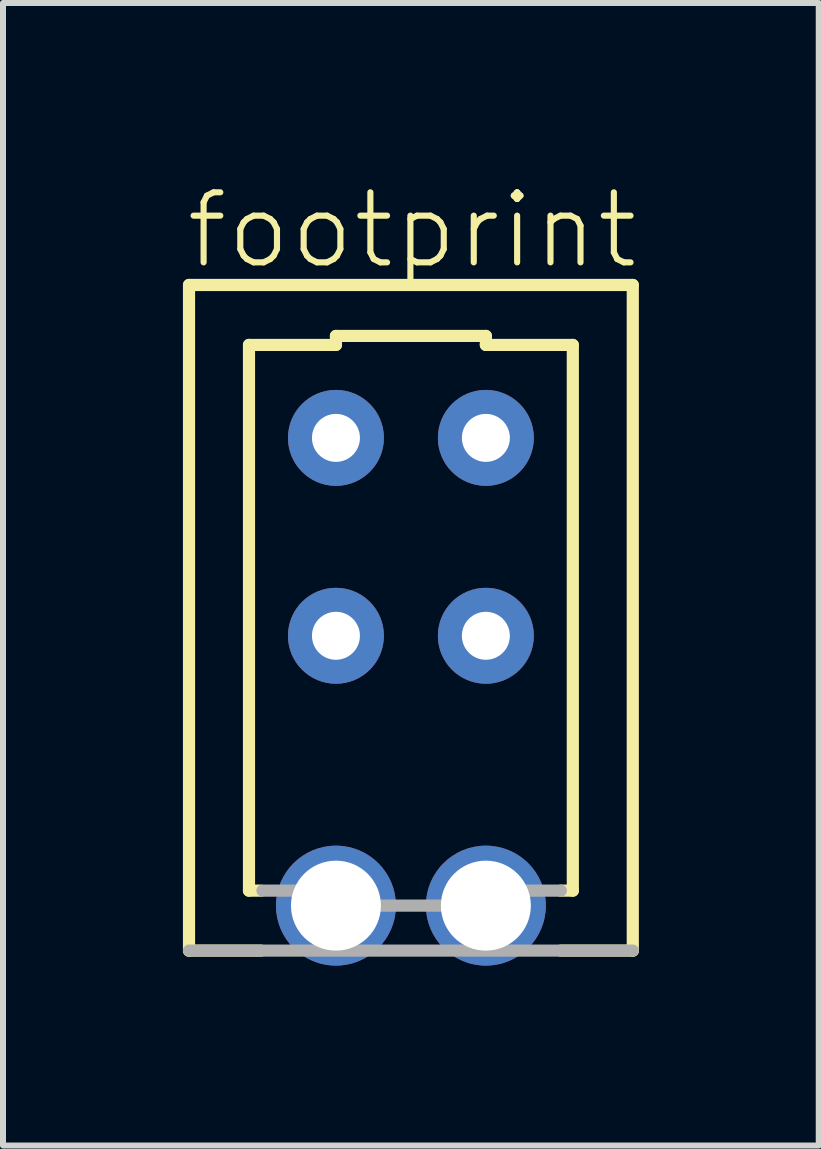
<source format=kicad_pcb>
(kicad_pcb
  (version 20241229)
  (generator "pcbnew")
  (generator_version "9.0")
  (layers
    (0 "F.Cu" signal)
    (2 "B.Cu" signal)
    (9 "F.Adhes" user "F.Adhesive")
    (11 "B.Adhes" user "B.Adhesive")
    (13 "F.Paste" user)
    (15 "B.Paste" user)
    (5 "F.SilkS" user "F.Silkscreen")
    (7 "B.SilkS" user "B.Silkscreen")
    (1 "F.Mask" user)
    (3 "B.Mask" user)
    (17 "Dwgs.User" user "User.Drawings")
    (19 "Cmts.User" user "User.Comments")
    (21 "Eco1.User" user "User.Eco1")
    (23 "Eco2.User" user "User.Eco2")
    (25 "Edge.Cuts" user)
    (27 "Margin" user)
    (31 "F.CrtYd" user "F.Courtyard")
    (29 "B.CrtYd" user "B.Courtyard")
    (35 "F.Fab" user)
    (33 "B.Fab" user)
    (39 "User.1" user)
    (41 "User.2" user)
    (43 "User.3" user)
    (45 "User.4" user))
  (footprint "footprint"
    (layer "F.Cu")
    (at 3.802 7.552)
    (property "Reference" "footprint" (at -3.802 -6.079 0) (layer "F.SilkS") (effects (font (size 1.168 1.168) (thickness 0.102)) (justify left bottom)))
    (fp_line (start -3.7 -5.85) (end 3.7 -5.85) (stroke (width 0.203) (type solid)) (layer "F.SilkS"))
    (fp_line (start -3.7 5.25) (end -3.7 -5.85) (stroke (width 0.203) (type solid)) (layer "F.SilkS"))
    (fp_line (start -2.7 -4.85) (end -1.25 -4.85) (stroke (width 0.203) (type solid)) (layer "F.SilkS"))
    (fp_line (start -2.7 4.25) (end -2.7 -4.85) (stroke (width 0.203) (type solid)) (layer "F.SilkS"))
    (fp_line (start -2.5 4.25) (end -2.7 4.25) (stroke (width 0.203) (type solid)) (layer "F.SilkS"))
    (fp_line (start -2.5 5.25) (end -3.7 5.25) (stroke (width 0.203) (type solid)) (layer "F.SilkS"))
    (fp_line (start -1.25 -5) (end 1.25 -5) (stroke (width 0.203) (type solid)) (layer "F.SilkS"))
    (fp_line (start -1.25 -4.85) (end -1.25 -5) (stroke (width 0.203) (type solid)) (layer "F.SilkS"))
    (fp_line (start 1.25 -5) (end 1.25 -4.85) (stroke (width 0.203) (type solid)) (layer "F.SilkS"))
    (fp_line (start 1.25 -4.85) (end 2.7 -4.85) (stroke (width 0.203) (type solid)) (layer "F.SilkS"))
    (fp_line (start 2.7 -4.85) (end 2.7 4.25) (stroke (width 0.203) (type solid)) (layer "F.SilkS"))
    (fp_line (start 2.7 4.25) (end 2.5 4.25) (stroke (width 0.203) (type solid)) (layer "F.SilkS"))
    (fp_line (start 3.7 -5.85) (end 3.7 5.25) (stroke (width 0.203) (type solid)) (layer "F.SilkS"))
    (fp_line (start 3.7 5.25) (end 2.5 5.25) (stroke (width 0.203) (type solid)) (layer "F.SilkS"))
    (fp_line (start -1 4.25) (end -2.475 4.25) (stroke (width 0.203) (type solid)) (layer "F.Fab"))
    (fp_line (start -1 4.5) (end -1 4.25) (stroke (width 0.203) (type solid)) (layer "F.Fab"))
    (fp_line (start 1 4.25) (end 1 4.5) (stroke (width 0.203) (type solid)) (layer "F.Fab"))
    (fp_line (start 1 4.5) (end -1 4.5) (stroke (width 0.203) (type solid)) (layer "F.Fab"))
    (fp_line (start 2.5 4.25) (end 1 4.25) (stroke (width 0.203) (type solid)) (layer "F.Fab"))
    (fp_line (start 3.7 5.25) (end -3.7 5.25) (stroke (width 0.203) (type solid)) (layer "F.Fab"))
    (pad "A1" thru_hole circle (at 1.25 -3.3 180) (size 1.6 1.6) (drill 0.8) (layers "*.Cu" "*.Mask"))
    (pad "A2" thru_hole circle (at -1.25 -3.3 180) (size 1.6 1.6) (drill 0.8) (layers "*.Cu" "*.Mask"))
    (pad "B1" thru_hole circle (at 1.25 0 180) (size 1.6 1.6) (drill 0.8) (layers "*.Cu" "*.Mask"))
    (pad "B2" thru_hole circle (at -1.25 0 180) (size 1.6 1.6) (drill 0.8) (layers "*.Cu" "*.Mask"))
    (pad "M1" thru_hole circle (at 1.25 4.5) (size 2 2) (drill 1.5) (layers "*.Cu" "*.Mask"))
    (pad "M2" thru_hole circle (at -1.25 4.5) (size 2 2) (drill 1.5) (layers "*.Cu" "*.Mask")))
  (gr_rect
    (start -3 -3)
    (end 10.603 16.052)
    (stroke (width 0.1) (type default))
    (fill no)
    (layer "Edge.Cuts")))
</source>
